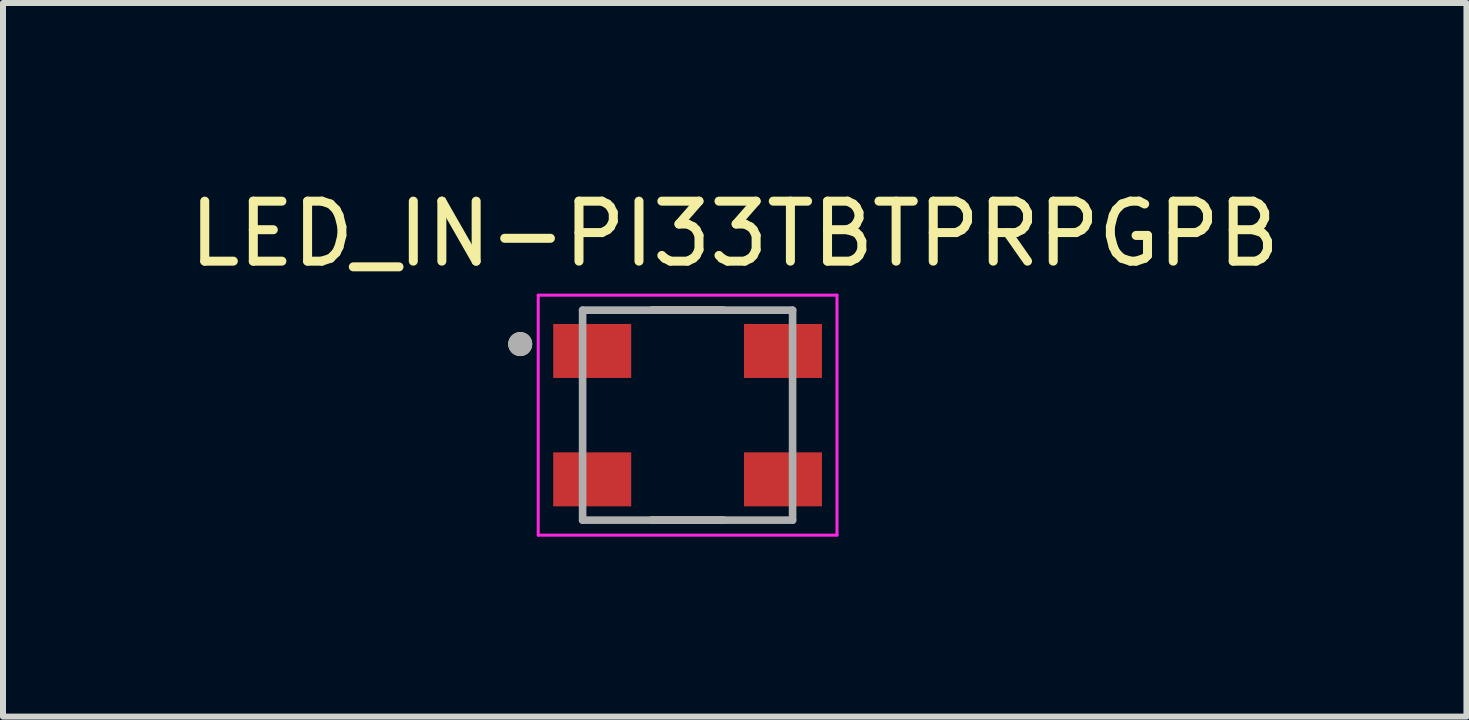
<source format=kicad_pcb>
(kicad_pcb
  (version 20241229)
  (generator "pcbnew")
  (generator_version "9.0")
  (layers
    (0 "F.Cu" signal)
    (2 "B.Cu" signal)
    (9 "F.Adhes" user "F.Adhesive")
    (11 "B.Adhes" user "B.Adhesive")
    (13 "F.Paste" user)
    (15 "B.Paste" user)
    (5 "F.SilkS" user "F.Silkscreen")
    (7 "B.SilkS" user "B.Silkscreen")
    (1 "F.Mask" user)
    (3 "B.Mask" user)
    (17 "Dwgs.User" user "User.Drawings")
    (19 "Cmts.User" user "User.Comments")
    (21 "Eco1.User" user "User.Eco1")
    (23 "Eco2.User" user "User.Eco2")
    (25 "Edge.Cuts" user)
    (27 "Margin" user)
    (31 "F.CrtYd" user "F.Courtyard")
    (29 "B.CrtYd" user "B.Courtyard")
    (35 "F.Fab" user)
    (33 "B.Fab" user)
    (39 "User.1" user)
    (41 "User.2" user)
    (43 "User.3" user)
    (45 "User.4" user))
  (footprint "LED_IN-PI33TBTPRPGPB"
    (layer "F.Cu")
    (at 8.411 3.87)
    (property "Reference" "LED_IN-PI33TBTPRPGPB" (at 0.785 -3.022 0) (layer "F.SilkS") (effects (font (size 1 1) (thickness 0.15))))
    (attr smd)
    (fp_line (start -0.6 -1.75) (end 0.6 -1.75) (stroke (width 0.127) (type solid)) (layer "F.SilkS"))
    (fp_line (start -0.6 1.75) (end 0.6 1.75) (stroke (width 0.127) (type solid)) (layer "F.SilkS"))
    (fp_circle (center -2.79 -1.185) (end -2.69 -1.185) (stroke (width 0.2) (type solid)) (fill no) (layer "F.SilkS"))
    (fp_line (start -2.49 -2) (end -2.49 2) (stroke (width 0.05) (type solid)) (layer "F.CrtYd"))
    (fp_line (start -2.49 -2) (end 2.49 -2) (stroke (width 0.05) (type solid)) (layer "F.CrtYd"))
    (fp_line (start -2.49 2) (end 2.49 2) (stroke (width 0.05) (type solid)) (layer "F.CrtYd"))
    (fp_line (start 2.49 -2) (end 2.49 2) (stroke (width 0.05) (type solid)) (layer "F.CrtYd"))
    (fp_line (start -1.75 -1.75) (end -1.75 1.75) (stroke (width 0.127) (type solid)) (layer "F.Fab"))
    (fp_line (start -1.75 -1.75) (end 1.75 -1.75) (stroke (width 0.127) (type solid)) (layer "F.Fab"))
    (fp_line (start -1.75 1.75) (end 1.75 1.75) (stroke (width 0.127) (type solid)) (layer "F.Fab"))
    (fp_line (start 1.75 -1.75) (end 1.75 1.75) (stroke (width 0.127) (type solid)) (layer "F.Fab"))
    (fp_circle (center -2.79 -1.185) (end -2.69 -1.185) (stroke (width 0.2) (type solid)) (fill no) (layer "F.Fab"))
    (pad "1" smd rect (at -1.59 -1.07) (size 1.3 0.9) (layers "F.Cu" "F.Mask" "F.Paste"))
    (pad "2" smd rect (at -1.59 1.07) (size 1.3 0.9) (layers "F.Cu" "F.Mask" "F.Paste"))
    (pad "3" smd rect (at 1.59 1.07) (size 1.3 0.9) (layers "F.Cu" "F.Mask" "F.Paste"))
    (pad "4" smd rect (at 1.59 -1.07) (size 1.3 0.9) (layers "F.Cu" "F.Mask" "F.Paste")))
  (gr_rect
    (start -3 -3)
    (end 21.393 8.895)
    (stroke (width 0.1) (type default))
    (fill no)
    (layer "Edge.Cuts")))
</source>
